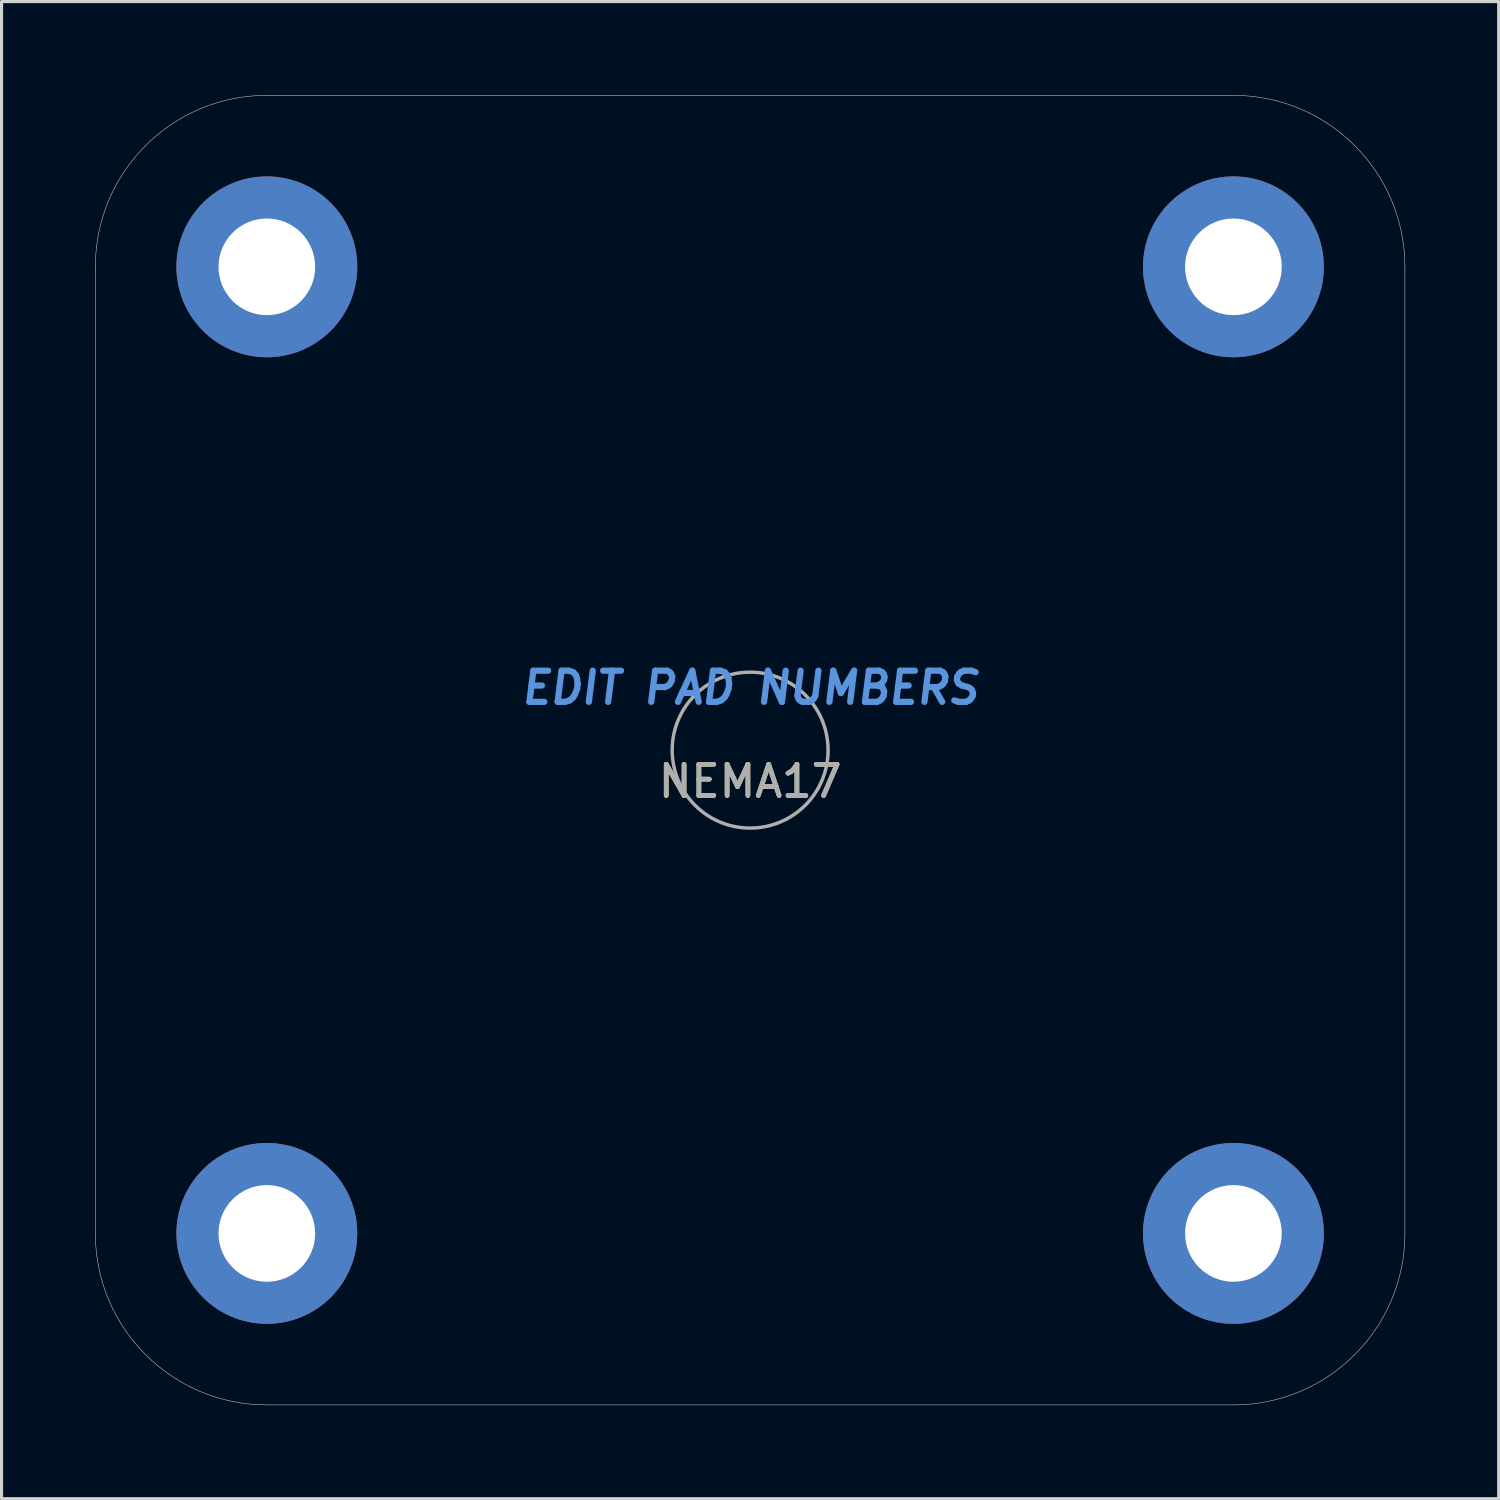
<source format=kicad_pcb>
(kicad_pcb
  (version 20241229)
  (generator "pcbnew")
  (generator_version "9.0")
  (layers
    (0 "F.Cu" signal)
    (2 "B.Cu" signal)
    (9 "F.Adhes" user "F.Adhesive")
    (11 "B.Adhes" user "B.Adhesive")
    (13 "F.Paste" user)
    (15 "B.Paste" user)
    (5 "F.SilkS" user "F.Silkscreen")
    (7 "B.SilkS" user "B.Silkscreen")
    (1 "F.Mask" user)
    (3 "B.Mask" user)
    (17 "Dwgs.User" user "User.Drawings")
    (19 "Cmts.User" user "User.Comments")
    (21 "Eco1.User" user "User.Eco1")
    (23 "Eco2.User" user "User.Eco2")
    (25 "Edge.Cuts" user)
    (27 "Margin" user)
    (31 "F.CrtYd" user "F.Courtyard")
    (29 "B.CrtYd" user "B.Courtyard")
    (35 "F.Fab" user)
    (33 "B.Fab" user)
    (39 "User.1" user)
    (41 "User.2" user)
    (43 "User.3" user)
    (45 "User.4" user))
  (footprint "NEMA17"
    (layer "F.Cu")
    (at 21.008 21.008)
    (property "Reference" "NEMA17" (at 0 1 0) (layer "F.SilkS") (effects (font (size 1 1) (thickness 0.15))))
    (attr through_hole)
    (fp_line (start -21 15.5) (end -21 -15.5) (stroke (width 0.016) (type solid)) (layer "Edge.Cuts"))
    (fp_line (start -15.5 -21) (end 15.5 -21) (stroke (width 0.016) (type solid)) (layer "Edge.Cuts"))
    (fp_line (start 15.5 21) (end -15.5 21) (stroke (width 0.016) (type solid)) (layer "Edge.Cuts"))
    (fp_line (start 21 -15.5) (end 21 15.5) (stroke (width 0.016) (type solid)) (layer "Edge.Cuts"))
    (fp_arc (start -21 -15.5) (mid -19.389087 -19.389087) (end -15.5 -21) (stroke (width 0.016) (type solid)) (layer "Edge.Cuts"))
    (fp_arc (start -15.5 21) (mid -19.389087 19.389087) (end -21 15.5) (stroke (width 0.016) (type solid)) (layer "Edge.Cuts"))
    (fp_arc (start 15.5 -21) (mid 19.389087 -19.389087) (end 21 -15.5) (stroke (width 0.016) (type solid)) (layer "Edge.Cuts"))
    (fp_arc (start 21 15.5) (mid 19.389087 19.389087) (end 15.5 21) (stroke (width 0.016) (type solid)) (layer "Edge.Cuts"))
    (fp_circle (center 0 0) (end -2.5 0) (stroke (width 0.11) (type solid)) (fill no) (layer "F.Fab"))
    (fp_text user "EDIT PAD NUMBERS" (at 0 -2 0) (layer "Cmts.User") (effects (font (size 1 1) (thickness 0.2) (italic yes))))
    (fp_text user "${REFERENCE}" (at 0 1 0) (layer "F.Fab") (effects (font (size 1 1) (thickness 0.15))))
    (pad "#" thru_hole circle (at -15.5 -15.5) (size 5.8 5.8) (drill 3.1) (layers "*.Cu" "*.Mask"))
    (pad "#" thru_hole circle (at -15.5 15.5) (size 5.8 5.8) (drill 3.1) (layers "*.Cu" "*.Mask"))
    (pad "#" thru_hole circle (at 15.5 -15.5) (size 5.8 5.8) (drill 3.1) (layers "*.Cu" "*.Mask"))
    (pad "#" thru_hole circle (at 15.5 15.5) (size 5.8 5.8) (drill 3.1) (layers "*.Cu" "*.Mask")))
  (gr_rect
    (start -3 -3)
    (end 45.016 45.016)
    (stroke (width 0.1) (type default))
    (fill no)
    (layer "Edge.Cuts")))
</source>
